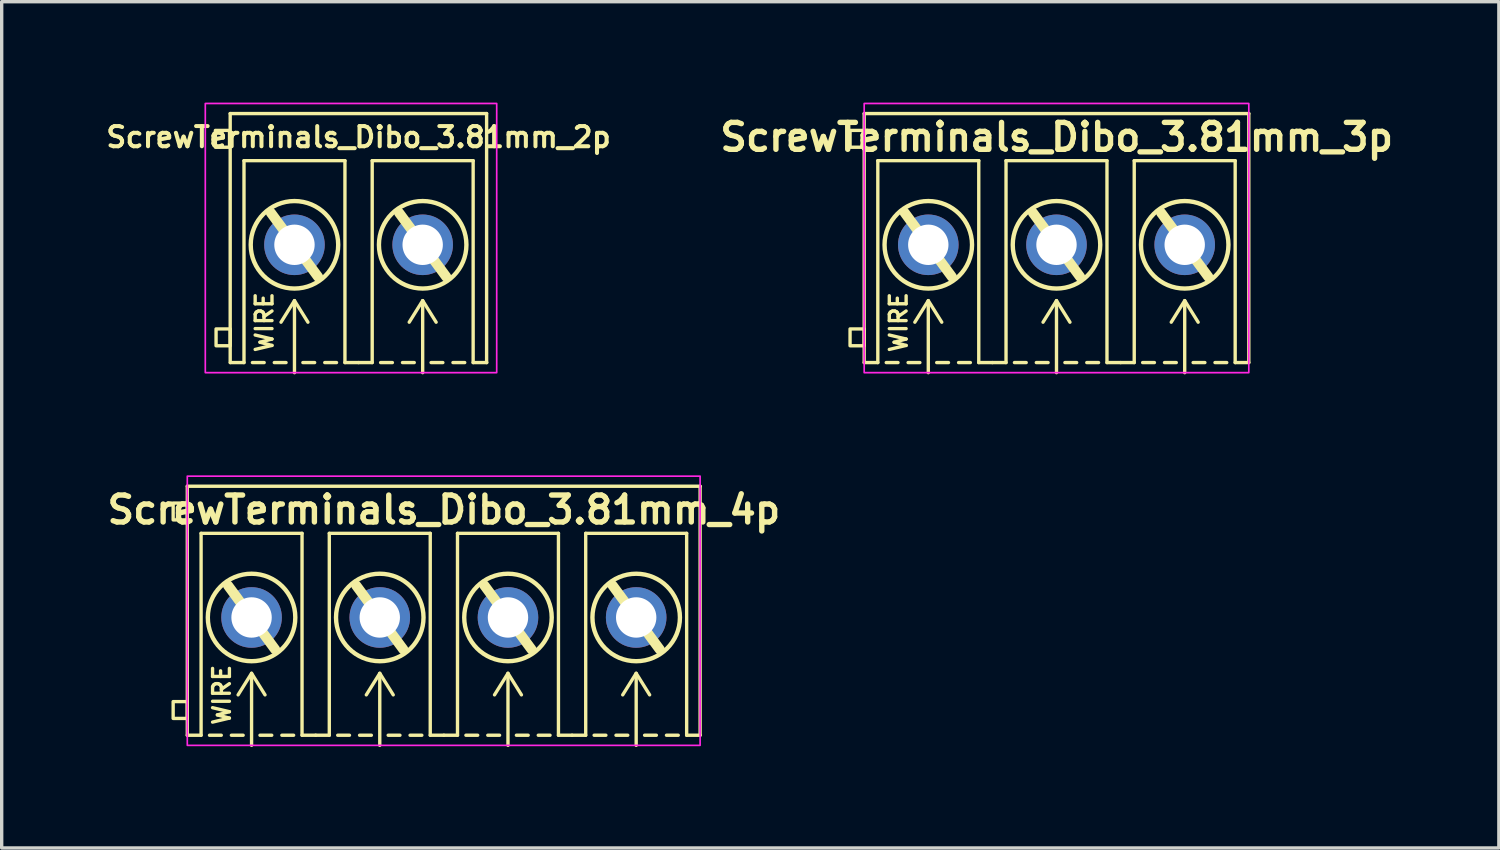
<source format=kicad_pcb>
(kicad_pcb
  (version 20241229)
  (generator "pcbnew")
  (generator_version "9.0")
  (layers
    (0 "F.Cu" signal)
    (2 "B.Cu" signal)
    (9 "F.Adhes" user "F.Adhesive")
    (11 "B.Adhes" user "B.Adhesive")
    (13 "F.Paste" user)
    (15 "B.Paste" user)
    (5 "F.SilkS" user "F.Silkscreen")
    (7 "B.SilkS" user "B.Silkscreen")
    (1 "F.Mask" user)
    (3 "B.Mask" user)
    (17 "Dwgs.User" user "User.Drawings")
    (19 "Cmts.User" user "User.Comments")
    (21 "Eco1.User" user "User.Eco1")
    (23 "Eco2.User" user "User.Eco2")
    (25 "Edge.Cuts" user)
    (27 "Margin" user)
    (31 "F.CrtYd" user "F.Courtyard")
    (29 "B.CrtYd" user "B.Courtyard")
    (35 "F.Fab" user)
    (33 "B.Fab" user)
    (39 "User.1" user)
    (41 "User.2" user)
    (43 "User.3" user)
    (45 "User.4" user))
  (footprint "ScrewTerminals_Dibo_3.81mm_3p"
    (layer "F.Cu")
    (at 28.347 4.225)
    (property "Reference" "ScrewTerminals_Dibo_3.81mm_3p" (at 0.005 -3.2 0) (unlocked yes) (layer "F.SilkS") (effects (font (size 0.8 0.8) (thickness 0.16) (bold yes))))
    (attr through_hole)
    (fp_line (start -5.715 -3.9) (end 5.715 -3.9) (stroke (width 0.1) (type default)) (layer "F.SilkS"))
    (fp_line (start -5.715 3.5) (end -5.715 -3.9) (stroke (width 0.1) (type default)) (layer "F.SilkS"))
    (fp_line (start -5.715 3.5) (end -5.31 3.5) (stroke (width 0.1) (type default)) (layer "F.SilkS"))
    (fp_line (start -5.31 -2.5) (end -2.31 -2.5) (stroke (width 0.1) (type solid)) (layer "F.SilkS"))
    (fp_line (start -5.31 3.5) (end -5.31 -2.5) (stroke (width 0.1) (type solid)) (layer "F.SilkS"))
    (fp_line (start -4.71 3.5) (end -5.06 3.5) (stroke (width 0.1) (type default)) (layer "F.SilkS"))
    (fp_line (start -4.51 -0.95) (end -3.11 0.95) (stroke (width 0.3) (type default)) (layer "F.SilkS"))
    (fp_line (start -4.06 3.5) (end -4.41 3.5) (stroke (width 0.1) (type default)) (layer "F.SilkS"))
    (fp_line (start -3.81 1.659) (end -4.21 2.3) (stroke (width 0.1) (type default)) (layer "F.SilkS"))
    (fp_line (start -3.81 1.659) (end -3.41 2.3) (stroke (width 0.1) (type default)) (layer "F.SilkS"))
    (fp_line (start -3.81 3.8) (end -3.81 1.679) (stroke (width 0.1) (type default)) (layer "F.SilkS"))
    (fp_line (start -3.56 3.5) (end -3.21 3.5) (stroke (width 0.1) (type default)) (layer "F.SilkS"))
    (fp_line (start -2.91 3.5) (end -2.56 3.5) (stroke (width 0.1) (type default)) (layer "F.SilkS"))
    (fp_line (start -2.31 -2.5) (end -2.31 3.5) (stroke (width 0.1) (type solid)) (layer "F.SilkS"))
    (fp_line (start -2.31 3.5) (end -1.905 3.5) (stroke (width 0.1) (type default)) (layer "F.SilkS"))
    (fp_line (start -1.905 3.5) (end -1.5 3.5) (stroke (width 0.1) (type default)) (layer "F.SilkS"))
    (fp_line (start -1.5 -2.5) (end 1.5 -2.5) (stroke (width 0.1) (type solid)) (layer "F.SilkS"))
    (fp_line (start -1.5 3.5) (end -1.5 -2.5) (stroke (width 0.1) (type solid)) (layer "F.SilkS"))
    (fp_line (start -0.9 3.5) (end -1.25 3.5) (stroke (width 0.1) (type default)) (layer "F.SilkS"))
    (fp_line (start -0.7 -0.95) (end 0.7 0.95) (stroke (width 0.3) (type default)) (layer "F.SilkS"))
    (fp_line (start -0.25 3.5) (end -0.6 3.5) (stroke (width 0.1) (type default)) (layer "F.SilkS"))
    (fp_line (start 0 1.659) (end -0.4 2.3) (stroke (width 0.1) (type default)) (layer "F.SilkS"))
    (fp_line (start 0 1.659) (end 0.4 2.3) (stroke (width 0.1) (type default)) (layer "F.SilkS"))
    (fp_line (start 0 3.8) (end 0 1.679) (stroke (width 0.1) (type default)) (layer "F.SilkS"))
    (fp_line (start 0.25 3.5) (end 0.6 3.5) (stroke (width 0.1) (type default)) (layer "F.SilkS"))
    (fp_line (start 0.9 3.5) (end 1.25 3.5) (stroke (width 0.1) (type default)) (layer "F.SilkS"))
    (fp_line (start 1.5 -2.5) (end 1.5 3.5) (stroke (width 0.1) (type solid)) (layer "F.SilkS"))
    (fp_line (start 1.5 3.5) (end 1.905 3.5) (stroke (width 0.1) (type default)) (layer "F.SilkS"))
    (fp_line (start 1.905 3.5) (end 2.31 3.5) (stroke (width 0.1) (type default)) (layer "F.SilkS"))
    (fp_line (start 2.31 -2.5) (end 5.31 -2.5) (stroke (width 0.1) (type solid)) (layer "F.SilkS"))
    (fp_line (start 2.31 3.5) (end 2.31 -2.5) (stroke (width 0.1) (type solid)) (layer "F.SilkS"))
    (fp_line (start 2.91 3.5) (end 2.56 3.5) (stroke (width 0.1) (type default)) (layer "F.SilkS"))
    (fp_line (start 3.11 -0.95) (end 4.51 0.95) (stroke (width 0.3) (type default)) (layer "F.SilkS"))
    (fp_line (start 3.56 3.5) (end 3.21 3.5) (stroke (width 0.1) (type default)) (layer "F.SilkS"))
    (fp_line (start 3.81 1.659) (end 3.41 2.3) (stroke (width 0.1) (type default)) (layer "F.SilkS"))
    (fp_line (start 3.81 1.659) (end 4.21 2.3) (stroke (width 0.1) (type default)) (layer "F.SilkS"))
    (fp_line (start 3.81 3.8) (end 3.81 1.679) (stroke (width 0.1) (type default)) (layer "F.SilkS"))
    (fp_line (start 4.06 3.5) (end 4.41 3.5) (stroke (width 0.1) (type default)) (layer "F.SilkS"))
    (fp_line (start 4.71 3.5) (end 5.06 3.5) (stroke (width 0.1) (type default)) (layer "F.SilkS"))
    (fp_line (start 5.31 -2.5) (end 5.31 3.5) (stroke (width 0.1) (type solid)) (layer "F.SilkS"))
    (fp_line (start 5.31 3.5) (end 5.715 3.5) (stroke (width 0.1) (type default)) (layer "F.SilkS"))
    (fp_line (start 5.715 3.5) (end 5.715 -3.9) (stroke (width 0.1) (type default)) (layer "F.SilkS"))
    (fp_rect (start -6.135 -2.9) (end -5.715 -3.4) (stroke (width 0.1) (type solid)) (fill no) (layer "F.SilkS"))
    (fp_rect (start -6.135 3) (end -5.715 2.5) (stroke (width 0.1) (type default)) (fill no) (layer "F.SilkS"))
    (fp_circle (center -3.81 0) (end -2.51 0) (stroke (width 0.13) (type default)) (fill no) (layer "F.SilkS"))
    (fp_circle (center 0 0) (end 1.3 0) (stroke (width 0.13) (type default)) (fill no) (layer "F.SilkS"))
    (fp_circle (center 3.81 0) (end 5.11 0) (stroke (width 0.13) (type default)) (fill no) (layer "F.SilkS"))
    (fp_rect (start -5.715 -4.2) (end 5.715 3.8) (stroke (width 0.05) (type solid)) (fill no) (layer "F.CrtYd"))
    (fp_text user "WIRE" (at -4.695 2.3 90) (unlocked yes) (layer "F.SilkS") (effects (font (size 0.5 0.5) (thickness 0.1) (bold yes))))
    (pad "1" thru_hole circle (at -3.81 0) (size 1.8 1.8) (drill 1.2) (layers "*.Cu" "*.Mask"))
    (pad "2" thru_hole circle (at 0 0 180) (size 1.8 1.8) (drill 1.2) (layers "*.Cu" "*.Mask"))
    (pad "3" thru_hole circle (at 3.81 0 180) (size 1.8 1.8) (drill 1.2) (layers "*.Cu" "*.Mask")))
  (footprint "ScrewTerminals_Dibo_3.81mm_2p"
    (layer "F.Cu")
    (at 7.601 4.225)
    (property "Reference" "ScrewTerminals_Dibo_3.81mm_2p" (at 0.005 -3.2 0) (unlocked yes) (layer "F.SilkS") (effects (font (size 0.6 0.6) (thickness 0.12) (bold yes))))
    (attr through_hole)
    (fp_line (start -3.81 -3.9) (end 3.81 -3.9) (stroke (width 0.1) (type default)) (layer "F.SilkS"))
    (fp_line (start -3.81 3.5) (end -3.81 -3.9) (stroke (width 0.1) (type default)) (layer "F.SilkS"))
    (fp_line (start -3.805 3.5) (end -3.4 3.5) (stroke (width 0.1) (type default)) (layer "F.SilkS"))
    (fp_line (start -3.4 -2.5) (end -0.4 -2.5) (stroke (width 0.1) (type solid)) (layer "F.SilkS"))
    (fp_line (start -3.4 3.5) (end -3.4 -2.5) (stroke (width 0.1) (type solid)) (layer "F.SilkS"))
    (fp_line (start -2.8 3.5) (end -3.15 3.5) (stroke (width 0.1) (type default)) (layer "F.SilkS"))
    (fp_line (start -2.6 -0.95) (end -1.2 0.95) (stroke (width 0.3) (type default)) (layer "F.SilkS"))
    (fp_line (start -2.15 3.5) (end -2.5 3.5) (stroke (width 0.1) (type default)) (layer "F.SilkS"))
    (fp_line (start -1.9 1.659) (end -2.3 2.3) (stroke (width 0.1) (type default)) (layer "F.SilkS"))
    (fp_line (start -1.9 1.659) (end -1.5 2.3) (stroke (width 0.1) (type default)) (layer "F.SilkS"))
    (fp_line (start -1.9 3.8) (end -1.9 1.679) (stroke (width 0.1) (type default)) (layer "F.SilkS"))
    (fp_line (start -1.65 3.5) (end -1.3 3.5) (stroke (width 0.1) (type default)) (layer "F.SilkS"))
    (fp_line (start -1 3.5) (end -0.65 3.5) (stroke (width 0.1) (type default)) (layer "F.SilkS"))
    (fp_line (start -0.4 -2.5) (end -0.4 3.5) (stroke (width 0.1) (type solid)) (layer "F.SilkS"))
    (fp_line (start -0.4 3.5) (end 0.005 3.5) (stroke (width 0.1) (type default)) (layer "F.SilkS"))
    (fp_line (start 0.005 3.5) (end 0.41 3.5) (stroke (width 0.1) (type default)) (layer "F.SilkS"))
    (fp_line (start 0.41 -2.5) (end 3.41 -2.5) (stroke (width 0.1) (type solid)) (layer "F.SilkS"))
    (fp_line (start 0.41 3.5) (end 0.41 -2.5) (stroke (width 0.1) (type solid)) (layer "F.SilkS"))
    (fp_line (start 1.01 3.5) (end 0.66 3.5) (stroke (width 0.1) (type default)) (layer "F.SilkS"))
    (fp_line (start 1.21 -0.95) (end 2.61 0.95) (stroke (width 0.3) (type default)) (layer "F.SilkS"))
    (fp_line (start 1.66 3.5) (end 1.31 3.5) (stroke (width 0.1) (type default)) (layer "F.SilkS"))
    (fp_line (start 1.91 1.659) (end 1.51 2.3) (stroke (width 0.1) (type default)) (layer "F.SilkS"))
    (fp_line (start 1.91 1.659) (end 2.31 2.3) (stroke (width 0.1) (type default)) (layer "F.SilkS"))
    (fp_line (start 1.91 3.8) (end 1.91 1.679) (stroke (width 0.1) (type default)) (layer "F.SilkS"))
    (fp_line (start 2.16 3.5) (end 2.51 3.5) (stroke (width 0.1) (type default)) (layer "F.SilkS"))
    (fp_line (start 2.81 3.5) (end 3.16 3.5) (stroke (width 0.1) (type default)) (layer "F.SilkS"))
    (fp_line (start 3.41 -2.5) (end 3.41 3.5) (stroke (width 0.1) (type solid)) (layer "F.SilkS"))
    (fp_line (start 3.41 3.5) (end 3.815 3.5) (stroke (width 0.1) (type default)) (layer "F.SilkS"))
    (fp_line (start 3.81 3.5) (end 3.81 -3.9) (stroke (width 0.1) (type default)) (layer "F.SilkS"))
    (fp_rect (start -4.25 -2.9) (end -3.83 -3.4) (stroke (width 0.1) (type default)) (fill no) (layer "F.SilkS"))
    (fp_rect (start -4.23 3) (end -3.81 2.5) (stroke (width 0.1) (type default)) (fill no) (layer "F.SilkS"))
    (fp_circle (center -1.9 0) (end -0.6 0) (stroke (width 0.13) (type default)) (fill no) (layer "F.SilkS"))
    (fp_circle (center 1.91 0) (end 3.21 0) (stroke (width 0.13) (type default)) (fill no) (layer "F.SilkS"))
    (fp_rect (start -4.55 -4.2) (end 4.11 3.8) (stroke (width 0.05) (type default)) (fill no) (layer "F.CrtYd"))
    (fp_text user "WIRE" (at -2.794 2.3 90) (unlocked yes) (layer "F.SilkS") (effects (font (size 0.5 0.5) (thickness 0.1) (bold yes))))
    (pad "1" thru_hole circle (at -1.9 0 180) (size 1.8 1.8) (drill 1.2) (layers "*.Cu" "*.Mask"))
    (pad "2" thru_hole circle (at 1.91 0 180) (size 1.8 1.8) (drill 1.2) (layers "*.Cu" "*.Mask")))
  (footprint "ScrewTerminals_Dibo_3.81mm_4p"
    (layer "F.Cu")
    (at 10.136 15.3)
    (property "Reference" "ScrewTerminals_Dibo_3.81mm_4p" (at 0.005 -3.2 0) (unlocked yes) (layer "F.SilkS") (effects (font (size 0.8 0.8) (thickness 0.16) (bold yes))))
    (attr through_hole)
    (fp_line (start -7.62 -3.9) (end 7.62 -3.9) (stroke (width 0.1) (type solid)) (layer "F.SilkS"))
    (fp_line (start -7.62 3.5) (end -7.62 -3.9) (stroke (width 0.1) (type solid)) (layer "F.SilkS"))
    (fp_line (start -7.62 3.5) (end -7.21 3.5) (stroke (width 0.1) (type solid)) (layer "F.SilkS"))
    (fp_line (start -7.21 -2.5) (end -4.21 -2.5) (stroke (width 0.1) (type solid)) (layer "F.SilkS"))
    (fp_line (start -7.21 3.5) (end -7.21 -2.5) (stroke (width 0.1) (type solid)) (layer "F.SilkS"))
    (fp_line (start -6.61 3.5) (end -6.96 3.5) (stroke (width 0.1) (type default)) (layer "F.SilkS"))
    (fp_line (start -6.41 -0.95) (end -5.01 0.95) (stroke (width 0.3) (type default)) (layer "F.SilkS"))
    (fp_line (start -5.96 3.5) (end -6.31 3.5) (stroke (width 0.1) (type default)) (layer "F.SilkS"))
    (fp_line (start -5.71 1.659) (end -6.11 2.3) (stroke (width 0.1) (type default)) (layer "F.SilkS"))
    (fp_line (start -5.71 1.659) (end -5.31 2.3) (stroke (width 0.1) (type default)) (layer "F.SilkS"))
    (fp_line (start -5.71 3.8) (end -5.71 1.679) (stroke (width 0.1) (type default)) (layer "F.SilkS"))
    (fp_line (start -5.46 3.5) (end -5.11 3.5) (stroke (width 0.1) (type default)) (layer "F.SilkS"))
    (fp_line (start -4.81 3.5) (end -4.46 3.5) (stroke (width 0.1) (type default)) (layer "F.SilkS"))
    (fp_line (start -4.21 -2.5) (end -4.21 3.5) (stroke (width 0.1) (type solid)) (layer "F.SilkS"))
    (fp_line (start -4.21 3.5) (end -3.805 3.5) (stroke (width 0.1) (type default)) (layer "F.SilkS"))
    (fp_line (start -3.805 3.5) (end -3.4 3.5) (stroke (width 0.1) (type default)) (layer "F.SilkS"))
    (fp_line (start -3.4 -2.5) (end -0.4 -2.5) (stroke (width 0.1) (type solid)) (layer "F.SilkS"))
    (fp_line (start -3.4 3.5) (end -3.4 -2.5) (stroke (width 0.1) (type solid)) (layer "F.SilkS"))
    (fp_line (start -2.8 3.5) (end -3.15 3.5) (stroke (width 0.1) (type default)) (layer "F.SilkS"))
    (fp_line (start -2.6 -0.95) (end -1.2 0.95) (stroke (width 0.3) (type default)) (layer "F.SilkS"))
    (fp_line (start -2.15 3.5) (end -2.5 3.5) (stroke (width 0.1) (type default)) (layer "F.SilkS"))
    (fp_line (start -1.9 1.659) (end -2.3 2.3) (stroke (width 0.1) (type default)) (layer "F.SilkS"))
    (fp_line (start -1.9 1.659) (end -1.5 2.3) (stroke (width 0.1) (type default)) (layer "F.SilkS"))
    (fp_line (start -1.9 3.8) (end -1.9 1.679) (stroke (width 0.1) (type default)) (layer "F.SilkS"))
    (fp_line (start -1.65 3.5) (end -1.3 3.5) (stroke (width 0.1) (type default)) (layer "F.SilkS"))
    (fp_line (start -1 3.5) (end -0.65 3.5) (stroke (width 0.1) (type default)) (layer "F.SilkS"))
    (fp_line (start -0.4 -2.5) (end -0.4 3.5) (stroke (width 0.1) (type solid)) (layer "F.SilkS"))
    (fp_line (start -0.4 3.5) (end 0.005 3.5) (stroke (width 0.1) (type default)) (layer "F.SilkS"))
    (fp_line (start 0.005 3.5) (end 0.41 3.5) (stroke (width 0.1) (type default)) (layer "F.SilkS"))
    (fp_line (start 0.41 -2.5) (end 3.41 -2.5) (stroke (width 0.1) (type solid)) (layer "F.SilkS"))
    (fp_line (start 0.41 3.5) (end 0.41 -2.5) (stroke (width 0.1) (type solid)) (layer "F.SilkS"))
    (fp_line (start 1.01 3.5) (end 0.66 3.5) (stroke (width 0.1) (type default)) (layer "F.SilkS"))
    (fp_line (start 1.21 -0.95) (end 2.61 0.95) (stroke (width 0.3) (type default)) (layer "F.SilkS"))
    (fp_line (start 1.66 3.5) (end 1.31 3.5) (stroke (width 0.1) (type default)) (layer "F.SilkS"))
    (fp_line (start 1.91 1.659) (end 1.51 2.3) (stroke (width 0.1) (type default)) (layer "F.SilkS"))
    (fp_line (start 1.91 1.659) (end 2.31 2.3) (stroke (width 0.1) (type default)) (layer "F.SilkS"))
    (fp_line (start 1.91 3.8) (end 1.91 1.679) (stroke (width 0.1) (type default)) (layer "F.SilkS"))
    (fp_line (start 2.16 3.5) (end 2.51 3.5) (stroke (width 0.1) (type default)) (layer "F.SilkS"))
    (fp_line (start 2.81 3.5) (end 3.16 3.5) (stroke (width 0.1) (type default)) (layer "F.SilkS"))
    (fp_line (start 3.41 -2.5) (end 3.41 3.5) (stroke (width 0.1) (type solid)) (layer "F.SilkS"))
    (fp_line (start 3.41 3.5) (end 3.815 3.5) (stroke (width 0.1) (type default)) (layer "F.SilkS"))
    (fp_line (start 3.815 3.5) (end 4.22 3.5) (stroke (width 0.1) (type default)) (layer "F.SilkS"))
    (fp_line (start 4.22 -2.5) (end 7.22 -2.5) (stroke (width 0.1) (type solid)) (layer "F.SilkS"))
    (fp_line (start 4.22 3.5) (end 4.22 -2.5) (stroke (width 0.1) (type solid)) (layer "F.SilkS"))
    (fp_line (start 4.82 3.5) (end 4.47 3.5) (stroke (width 0.1) (type default)) (layer "F.SilkS"))
    (fp_line (start 5.02 -0.95) (end 6.42 0.95) (stroke (width 0.3) (type default)) (layer "F.SilkS"))
    (fp_line (start 5.47 3.5) (end 5.12 3.5) (stroke (width 0.1) (type default)) (layer "F.SilkS"))
    (fp_line (start 5.72 1.659) (end 5.32 2.3) (stroke (width 0.1) (type default)) (layer "F.SilkS"))
    (fp_line (start 5.72 1.659) (end 6.12 2.3) (stroke (width 0.1) (type default)) (layer "F.SilkS"))
    (fp_line (start 5.72 3.8) (end 5.72 1.679) (stroke (width 0.1) (type default)) (layer "F.SilkS"))
    (fp_line (start 5.97 3.5) (end 6.32 3.5) (stroke (width 0.1) (type default)) (layer "F.SilkS"))
    (fp_line (start 6.62 3.5) (end 6.97 3.5) (stroke (width 0.1) (type default)) (layer "F.SilkS"))
    (fp_line (start 7.22 -2.5) (end 7.22 3.5) (stroke (width 0.1) (type solid)) (layer "F.SilkS"))
    (fp_line (start 7.22 3.5) (end 7.62 3.5) (stroke (width 0.1) (type solid)) (layer "F.SilkS"))
    (fp_line (start 7.62 3.5) (end 7.62 -3.9) (stroke (width 0.1) (type solid)) (layer "F.SilkS"))
    (fp_rect (start -8.04 -2.9) (end -7.62 -3.4) (stroke (width 0.1) (type solid)) (fill no) (layer "F.SilkS"))
    (fp_rect (start -8.04 3) (end -7.62 2.5) (stroke (width 0.1) (type solid)) (fill no) (layer "F.SilkS"))
    (fp_circle (center -5.71 0) (end -4.41 0) (stroke (width 0.13) (type default)) (fill no) (layer "F.SilkS"))
    (fp_circle (center -1.9 0) (end -0.6 0) (stroke (width 0.13) (type default)) (fill no) (layer "F.SilkS"))
    (fp_circle (center 1.91 0) (end 3.21 0) (stroke (width 0.13) (type default)) (fill no) (layer "F.SilkS"))
    (fp_circle (center 5.72 0) (end 7.02 0) (stroke (width 0.13) (type default)) (fill no) (layer "F.SilkS"))
    (fp_rect (start -7.62 -4.2) (end 7.62 3.8) (stroke (width 0.05) (type solid)) (fill no) (layer "F.CrtYd"))
    (fp_text user "WIRE" (at -6.595 2.3 90) (unlocked yes) (layer "F.SilkS") (effects (font (size 0.5 0.5) (thickness 0.1) (bold yes))))
    (pad "1" thru_hole circle (at -5.71 0) (size 1.8 1.8) (drill 1.2) (layers "*.Cu" "*.Mask"))
    (pad "2" thru_hole circle (at -1.9 0 180) (size 1.8 1.8) (drill 1.2) (layers "*.Cu" "*.Mask"))
    (pad "3" thru_hole circle (at 1.91 0 180) (size 1.8 1.8) (drill 1.2) (layers "*.Cu" "*.Mask"))
    (pad "4" thru_hole circle (at 5.72 0 180) (size 1.8 1.8) (drill 1.2) (layers "*.Cu" "*.Mask")))
  (gr_rect
    (start -3 -3)
    (end 41.493 22.15)
    (stroke (width 0.1) (type default))
    (fill no)
    (layer "Edge.Cuts")))
</source>
